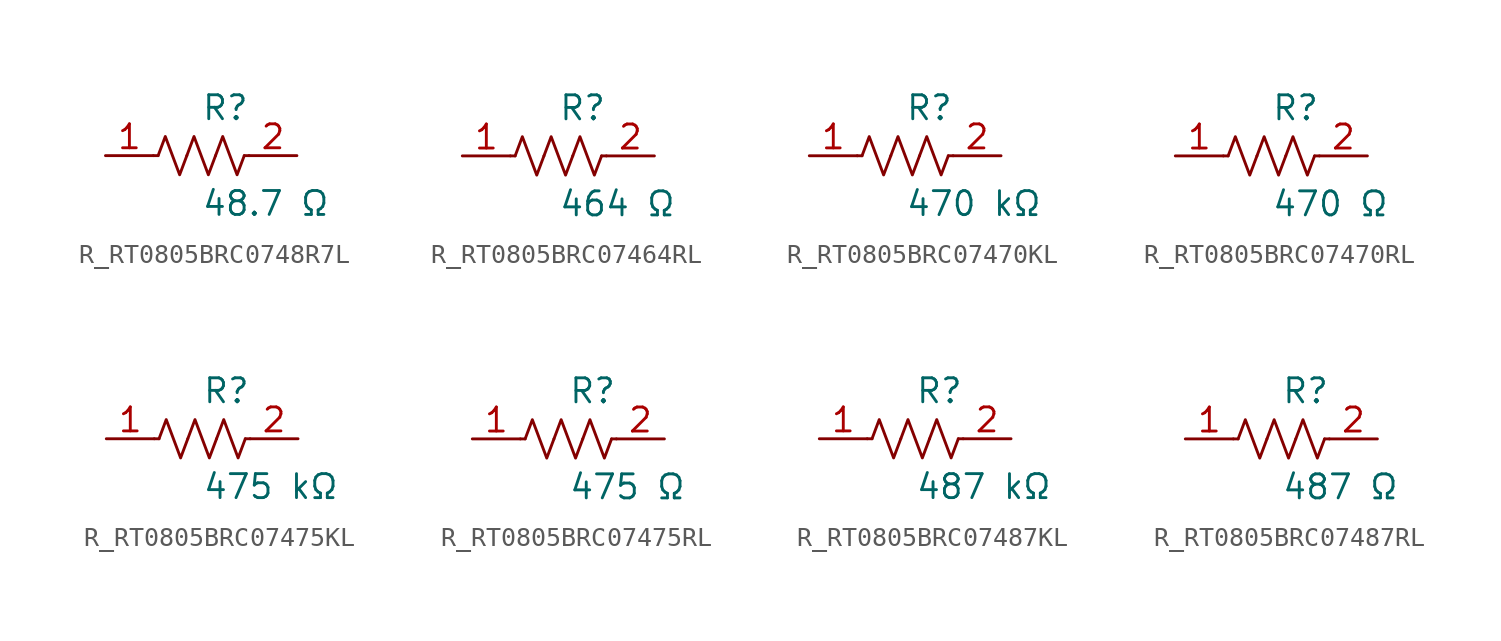
<source format=kicad_sym>
(kicad_symbol_lib
  (version 20231120)
  (generator kicad_symbol_editor)
  (generator_version 8.0)
  (symbol "R_RT0805BRC0748R7L"
    (pin_names
      (offset 0.254))
    (property "Reference" "R"
      (at 0 2.54 0)
      (effects (font (size 1.27 1.27)) (justify left)))
    (property "Value" "48.7 Ω"
      (at 0 -2.54 0)
      (effects (font (size 1.27 1.27)) (justify left)))
    (symbol "R_RT0805BRC0748R7L_0_1"
      (polyline (pts (xy 2.286 0) (xy 2.54 0)) (stroke (width 0) (type default)) (fill (type none)))
      (polyline (pts (xy -2.286 0) (xy -2.54 0)) (stroke (width 0) (type default)) (fill (type none)))
      (polyline (pts (xy 0.762 0) (xy 1.143 1.016) (xy 1.524 0) (xy 1.905 -1.016) (xy 2.286 0)) (stroke (width 0) (type default)) (fill (type none)))
      (polyline (pts (xy -0.762 0) (xy -0.381 1.016) (xy 0 0) (xy 0.381 -1.016) (xy 0.762 0)) (stroke (width 0) (type default)) (fill (type none)))
      (polyline (pts (xy -2.286 0) (xy -1.905 1.016) (xy -1.524 0) (xy -1.143 -1.016) (xy -0.762 0)) (stroke (width 0) (type default)) (fill (type none))))
    (pin unspecified line
      (at -5.08 0 0)
      (length 2.54)
      (name "" (effects (font (size 1.27 1.27))))
      (number "1" (effects (font (size 1.27 1.27)))))
    (pin unspecified line
      (at 5.08 0 180)
      (length 2.54)
      (name "" (effects (font (size 1.27 1.27))))
      (number "2" (effects (font (size 1.27 1.27))))))
  (symbol "R_RT0805BRC07464RL"
    (pin_names
      (offset 0.254))
    (property "Reference" "R"
      (at 0 2.54 0)
      (effects (font (size 1.27 1.27)) (justify left)))
    (property "Value" "464 Ω"
      (at 0 -2.54 0)
      (effects (font (size 1.27 1.27)) (justify left)))
    (symbol "R_RT0805BRC07464RL_0_1"
      (polyline (pts (xy 2.286 0) (xy 2.54 0)) (stroke (width 0) (type default)) (fill (type none)))
      (polyline (pts (xy -2.286 0) (xy -2.54 0)) (stroke (width 0) (type default)) (fill (type none)))
      (polyline (pts (xy 0.762 0) (xy 1.143 1.016) (xy 1.524 0) (xy 1.905 -1.016) (xy 2.286 0)) (stroke (width 0) (type default)) (fill (type none)))
      (polyline (pts (xy -0.762 0) (xy -0.381 1.016) (xy 0 0) (xy 0.381 -1.016) (xy 0.762 0)) (stroke (width 0) (type default)) (fill (type none)))
      (polyline (pts (xy -2.286 0) (xy -1.905 1.016) (xy -1.524 0) (xy -1.143 -1.016) (xy -0.762 0)) (stroke (width 0) (type default)) (fill (type none))))
    (pin unspecified line
      (at -5.08 0 0)
      (length 2.54)
      (name "" (effects (font (size 1.27 1.27))))
      (number "1" (effects (font (size 1.27 1.27)))))
    (pin unspecified line
      (at 5.08 0 180)
      (length 2.54)
      (name "" (effects (font (size 1.27 1.27))))
      (number "2" (effects (font (size 1.27 1.27))))))
  (symbol "R_RT0805BRC07470KL"
    (pin_names
      (offset 0.254))
    (property "Reference" "R"
      (at 0 2.54 0)
      (effects (font (size 1.27 1.27)) (justify left)))
    (property "Value" "470 kΩ"
      (at 0 -2.54 0)
      (effects (font (size 1.27 1.27)) (justify left)))
    (symbol "R_RT0805BRC07470KL_0_1"
      (polyline (pts (xy 2.286 0) (xy 2.54 0)) (stroke (width 0) (type default)) (fill (type none)))
      (polyline (pts (xy -2.286 0) (xy -2.54 0)) (stroke (width 0) (type default)) (fill (type none)))
      (polyline (pts (xy 0.762 0) (xy 1.143 1.016) (xy 1.524 0) (xy 1.905 -1.016) (xy 2.286 0)) (stroke (width 0) (type default)) (fill (type none)))
      (polyline (pts (xy -0.762 0) (xy -0.381 1.016) (xy 0 0) (xy 0.381 -1.016) (xy 0.762 0)) (stroke (width 0) (type default)) (fill (type none)))
      (polyline (pts (xy -2.286 0) (xy -1.905 1.016) (xy -1.524 0) (xy -1.143 -1.016) (xy -0.762 0)) (stroke (width 0) (type default)) (fill (type none))))
    (pin unspecified line
      (at -5.08 0 0)
      (length 2.54)
      (name "" (effects (font (size 1.27 1.27))))
      (number "1" (effects (font (size 1.27 1.27)))))
    (pin unspecified line
      (at 5.08 0 180)
      (length 2.54)
      (name "" (effects (font (size 1.27 1.27))))
      (number "2" (effects (font (size 1.27 1.27))))))
  (symbol "R_RT0805BRC07470RL"
    (pin_names
      (offset 0.254))
    (property "Reference" "R"
      (at 0 2.54 0)
      (effects (font (size 1.27 1.27)) (justify left)))
    (property "Value" "470 Ω"
      (at 0 -2.54 0)
      (effects (font (size 1.27 1.27)) (justify left)))
    (symbol "R_RT0805BRC07470RL_0_1"
      (polyline (pts (xy 2.286 0) (xy 2.54 0)) (stroke (width 0) (type default)) (fill (type none)))
      (polyline (pts (xy -2.286 0) (xy -2.54 0)) (stroke (width 0) (type default)) (fill (type none)))
      (polyline (pts (xy 0.762 0) (xy 1.143 1.016) (xy 1.524 0) (xy 1.905 -1.016) (xy 2.286 0)) (stroke (width 0) (type default)) (fill (type none)))
      (polyline (pts (xy -0.762 0) (xy -0.381 1.016) (xy 0 0) (xy 0.381 -1.016) (xy 0.762 0)) (stroke (width 0) (type default)) (fill (type none)))
      (polyline (pts (xy -2.286 0) (xy -1.905 1.016) (xy -1.524 0) (xy -1.143 -1.016) (xy -0.762 0)) (stroke (width 0) (type default)) (fill (type none))))
    (pin unspecified line
      (at -5.08 0 0)
      (length 2.54)
      (name "" (effects (font (size 1.27 1.27))))
      (number "1" (effects (font (size 1.27 1.27)))))
    (pin unspecified line
      (at 5.08 0 180)
      (length 2.54)
      (name "" (effects (font (size 1.27 1.27))))
      (number "2" (effects (font (size 1.27 1.27))))))
  (symbol "R_RT0805BRC07475KL"
    (pin_names
      (offset 0.254))
    (property "Reference" "R"
      (at 0 2.54 0)
      (effects (font (size 1.27 1.27)) (justify left)))
    (property "Value" "475 kΩ"
      (at 0 -2.54 0)
      (effects (font (size 1.27 1.27)) (justify left)))
    (symbol "R_RT0805BRC07475KL_0_1"
      (polyline (pts (xy 2.286 0) (xy 2.54 0)) (stroke (width 0) (type default)) (fill (type none)))
      (polyline (pts (xy -2.286 0) (xy -2.54 0)) (stroke (width 0) (type default)) (fill (type none)))
      (polyline (pts (xy 0.762 0) (xy 1.143 1.016) (xy 1.524 0) (xy 1.905 -1.016) (xy 2.286 0)) (stroke (width 0) (type default)) (fill (type none)))
      (polyline (pts (xy -0.762 0) (xy -0.381 1.016) (xy 0 0) (xy 0.381 -1.016) (xy 0.762 0)) (stroke (width 0) (type default)) (fill (type none)))
      (polyline (pts (xy -2.286 0) (xy -1.905 1.016) (xy -1.524 0) (xy -1.143 -1.016) (xy -0.762 0)) (stroke (width 0) (type default)) (fill (type none))))
    (pin unspecified line
      (at -5.08 0 0)
      (length 2.54)
      (name "" (effects (font (size 1.27 1.27))))
      (number "1" (effects (font (size 1.27 1.27)))))
    (pin unspecified line
      (at 5.08 0 180)
      (length 2.54)
      (name "" (effects (font (size 1.27 1.27))))
      (number "2" (effects (font (size 1.27 1.27))))))
  (symbol "R_RT0805BRC07475RL"
    (pin_names
      (offset 0.254))
    (property "Reference" "R"
      (at 0 2.54 0)
      (effects (font (size 1.27 1.27)) (justify left)))
    (property "Value" "475 Ω"
      (at 0 -2.54 0)
      (effects (font (size 1.27 1.27)) (justify left)))
    (symbol "R_RT0805BRC07475RL_0_1"
      (polyline (pts (xy 2.286 0) (xy 2.54 0)) (stroke (width 0) (type default)) (fill (type none)))
      (polyline (pts (xy -2.286 0) (xy -2.54 0)) (stroke (width 0) (type default)) (fill (type none)))
      (polyline (pts (xy 0.762 0) (xy 1.143 1.016) (xy 1.524 0) (xy 1.905 -1.016) (xy 2.286 0)) (stroke (width 0) (type default)) (fill (type none)))
      (polyline (pts (xy -0.762 0) (xy -0.381 1.016) (xy 0 0) (xy 0.381 -1.016) (xy 0.762 0)) (stroke (width 0) (type default)) (fill (type none)))
      (polyline (pts (xy -2.286 0) (xy -1.905 1.016) (xy -1.524 0) (xy -1.143 -1.016) (xy -0.762 0)) (stroke (width 0) (type default)) (fill (type none))))
    (pin unspecified line
      (at -5.08 0 0)
      (length 2.54)
      (name "" (effects (font (size 1.27 1.27))))
      (number "1" (effects (font (size 1.27 1.27)))))
    (pin unspecified line
      (at 5.08 0 180)
      (length 2.54)
      (name "" (effects (font (size 1.27 1.27))))
      (number "2" (effects (font (size 1.27 1.27))))))
  (symbol "R_RT0805BRC07487KL"
    (pin_names
      (offset 0.254))
    (property "Reference" "R"
      (at 0 2.54 0)
      (effects (font (size 1.27 1.27)) (justify left)))
    (property "Value" "487 kΩ"
      (at 0 -2.54 0)
      (effects (font (size 1.27 1.27)) (justify left)))
    (symbol "R_RT0805BRC07487KL_0_1"
      (polyline (pts (xy 2.286 0) (xy 2.54 0)) (stroke (width 0) (type default)) (fill (type none)))
      (polyline (pts (xy -2.286 0) (xy -2.54 0)) (stroke (width 0) (type default)) (fill (type none)))
      (polyline (pts (xy 0.762 0) (xy 1.143 1.016) (xy 1.524 0) (xy 1.905 -1.016) (xy 2.286 0)) (stroke (width 0) (type default)) (fill (type none)))
      (polyline (pts (xy -0.762 0) (xy -0.381 1.016) (xy 0 0) (xy 0.381 -1.016) (xy 0.762 0)) (stroke (width 0) (type default)) (fill (type none)))
      (polyline (pts (xy -2.286 0) (xy -1.905 1.016) (xy -1.524 0) (xy -1.143 -1.016) (xy -0.762 0)) (stroke (width 0) (type default)) (fill (type none))))
    (pin unspecified line
      (at -5.08 0 0)
      (length 2.54)
      (name "" (effects (font (size 1.27 1.27))))
      (number "1" (effects (font (size 1.27 1.27)))))
    (pin unspecified line
      (at 5.08 0 180)
      (length 2.54)
      (name "" (effects (font (size 1.27 1.27))))
      (number "2" (effects (font (size 1.27 1.27))))))
  (symbol "R_RT0805BRC07487RL"
    (pin_names
      (offset 0.254))
    (property "Reference" "R"
      (at 0 2.54 0)
      (effects (font (size 1.27 1.27)) (justify left)))
    (property "Value" "487 Ω"
      (at 0 -2.54 0)
      (effects (font (size 1.27 1.27)) (justify left)))
    (symbol "R_RT0805BRC07487RL_0_1"
      (polyline (pts (xy 2.286 0) (xy 2.54 0)) (stroke (width 0) (type default)) (fill (type none)))
      (polyline (pts (xy -2.286 0) (xy -2.54 0)) (stroke (width 0) (type default)) (fill (type none)))
      (polyline (pts (xy 0.762 0) (xy 1.143 1.016) (xy 1.524 0) (xy 1.905 -1.016) (xy 2.286 0)) (stroke (width 0) (type default)) (fill (type none)))
      (polyline (pts (xy -0.762 0) (xy -0.381 1.016) (xy 0 0) (xy 0.381 -1.016) (xy 0.762 0)) (stroke (width 0) (type default)) (fill (type none)))
      (polyline (pts (xy -2.286 0) (xy -1.905 1.016) (xy -1.524 0) (xy -1.143 -1.016) (xy -0.762 0)) (stroke (width 0) (type default)) (fill (type none))))
    (pin unspecified line
      (at -5.08 0 0)
      (length 2.54)
      (name "" (effects (font (size 1.27 1.27))))
      (number "1" (effects (font (size 1.27 1.27)))))
    (pin unspecified line
      (at 5.08 0 180)
      (length 2.54)
      (name "" (effects (font (size 1.27 1.27))))
      (number "2" (effects (font (size 1.27 1.27)))))))
</source>
